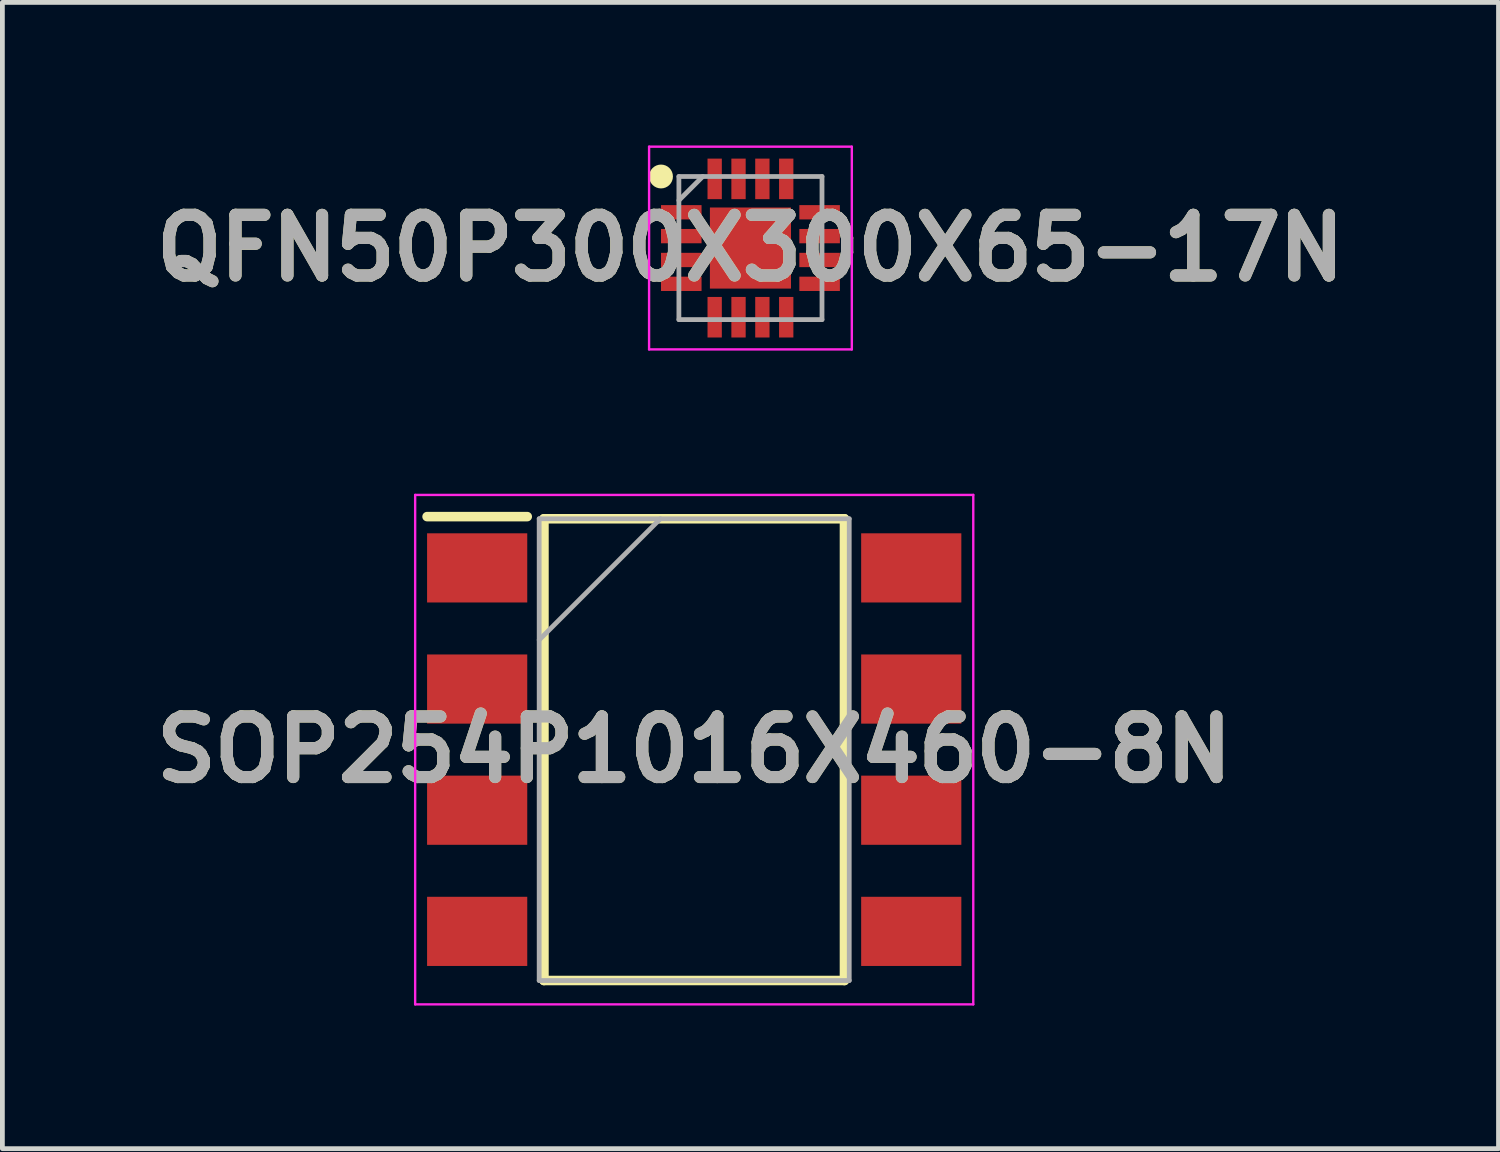
<source format=kicad_pcb>
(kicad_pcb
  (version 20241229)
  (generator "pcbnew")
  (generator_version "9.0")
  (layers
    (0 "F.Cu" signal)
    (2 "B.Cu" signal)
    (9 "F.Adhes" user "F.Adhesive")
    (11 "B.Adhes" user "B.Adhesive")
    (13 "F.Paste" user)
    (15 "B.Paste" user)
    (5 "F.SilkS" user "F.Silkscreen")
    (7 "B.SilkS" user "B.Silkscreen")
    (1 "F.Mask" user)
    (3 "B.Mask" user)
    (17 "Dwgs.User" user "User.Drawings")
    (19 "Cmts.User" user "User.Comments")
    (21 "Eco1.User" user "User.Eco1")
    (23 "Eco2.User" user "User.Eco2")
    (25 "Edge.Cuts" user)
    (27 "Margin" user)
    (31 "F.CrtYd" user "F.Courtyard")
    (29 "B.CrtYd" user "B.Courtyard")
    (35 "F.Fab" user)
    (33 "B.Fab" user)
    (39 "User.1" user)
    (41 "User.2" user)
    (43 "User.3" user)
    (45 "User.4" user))
  (footprint "QFN50P300X300X65-17N"
    (layer "F.Cu")
    (at 12.682 2.15)
    (property "Reference" "QFN50P300X300X65-17N" (at 0 0 0) (layer "F.SilkS") (effects (font (size 1.27 1.27) (thickness 0.254))))
    (attr smd)
    (fp_circle (center -1.875 -1.5) (end -1.875 -1.375) (stroke (width 0.25) (type solid)) (fill no) (layer "F.SilkS"))
    (fp_line (start -2.125 -2.125) (end 2.125 -2.125) (stroke (width 0.05) (type solid)) (layer "F.CrtYd"))
    (fp_line (start -2.125 2.125) (end -2.125 -2.125) (stroke (width 0.05) (type solid)) (layer "F.CrtYd"))
    (fp_line (start 2.125 -2.125) (end 2.125 2.125) (stroke (width 0.05) (type solid)) (layer "F.CrtYd"))
    (fp_line (start 2.125 2.125) (end -2.125 2.125) (stroke (width 0.05) (type solid)) (layer "F.CrtYd"))
    (fp_line (start -1.5 -1.5) (end 1.5 -1.5) (stroke (width 0.1) (type solid)) (layer "F.Fab"))
    (fp_line (start -1.5 -1) (end -1 -1.5) (stroke (width 0.1) (type solid)) (layer "F.Fab"))
    (fp_line (start -1.5 1.5) (end -1.5 -1.5) (stroke (width 0.1) (type solid)) (layer "F.Fab"))
    (fp_line (start 1.5 -1.5) (end 1.5 1.5) (stroke (width 0.1) (type solid)) (layer "F.Fab"))
    (fp_line (start 1.5 1.5) (end -1.5 1.5) (stroke (width 0.1) (type solid)) (layer "F.Fab"))
    (fp_text user "${REFERENCE}" (at 0 0 0) (layer "F.Fab") (effects (font (size 1.27 1.27) (thickness 0.254))))
    (pad "1" smd rect (at -1.45 -0.75 90) (size 0.3 0.85) (layers "F.Cu" "F.Mask" "F.Paste"))
    (pad "2" smd rect (at -1.45 -0.25 90) (size 0.3 0.85) (layers "F.Cu" "F.Mask" "F.Paste"))
    (pad "3" smd rect (at -1.45 0.25 90) (size 0.3 0.85) (layers "F.Cu" "F.Mask" "F.Paste"))
    (pad "4" smd rect (at -1.45 0.75 90) (size 0.3 0.85) (layers "F.Cu" "F.Mask" "F.Paste"))
    (pad "5" smd rect (at -0.75 1.45) (size 0.3 0.85) (layers "F.Cu" "F.Mask" "F.Paste"))
    (pad "6" smd rect (at -0.25 1.45) (size 0.3 0.85) (layers "F.Cu" "F.Mask" "F.Paste"))
    (pad "7" smd rect (at 0.25 1.45) (size 0.3 0.85) (layers "F.Cu" "F.Mask" "F.Paste"))
    (pad "8" smd rect (at 0.75 1.45) (size 0.3 0.85) (layers "F.Cu" "F.Mask" "F.Paste"))
    (pad "9" smd rect (at 1.45 0.75 90) (size 0.3 0.85) (layers "F.Cu" "F.Mask" "F.Paste"))
    (pad "10" smd rect (at 1.45 0.25 90) (size 0.3 0.85) (layers "F.Cu" "F.Mask" "F.Paste"))
    (pad "11" smd rect (at 1.45 -0.25 90) (size 0.3 0.85) (layers "F.Cu" "F.Mask" "F.Paste"))
    (pad "12" smd rect (at 1.45 -0.75 90) (size 0.3 0.85) (layers "F.Cu" "F.Mask" "F.Paste"))
    (pad "13" smd rect (at 0.75 -1.45) (size 0.3 0.85) (layers "F.Cu" "F.Mask" "F.Paste"))
    (pad "14" smd rect (at 0.25 -1.45) (size 0.3 0.85) (layers "F.Cu" "F.Mask" "F.Paste"))
    (pad "15" smd rect (at -0.25 -1.45) (size 0.3 0.85) (layers "F.Cu" "F.Mask" "F.Paste"))
    (pad "16" smd rect (at -0.75 -1.45) (size 0.3 0.85) (layers "F.Cu" "F.Mask" "F.Paste"))
    (pad "17" smd rect (at 0 0) (size 1.7 1.7) (layers "F.Cu" "F.Mask" "F.Paste")))
  (footprint "SOP254P1016X460-8N"
    (layer "F.Cu")
    (at 11.503 12.665)
    (property "Reference" "SOP254P1016X460-8N" (at 0 0 0) (layer "F.SilkS") (effects (font (size 1.27 1.27) (thickness 0.254))))
    (attr smd)
    (fp_line (start -5.6 -4.885) (end -3.5 -4.885) (stroke (width 0.2) (type solid)) (layer "F.SilkS"))
    (fp_line (start -3.15 -4.84) (end 3.15 -4.84) (stroke (width 0.2) (type solid)) (layer "F.SilkS"))
    (fp_line (start -3.15 4.84) (end -3.15 -4.84) (stroke (width 0.2) (type solid)) (layer "F.SilkS"))
    (fp_line (start 3.15 -4.84) (end 3.15 4.84) (stroke (width 0.2) (type solid)) (layer "F.SilkS"))
    (fp_line (start 3.15 4.84) (end -3.15 4.84) (stroke (width 0.2) (type solid)) (layer "F.SilkS"))
    (fp_line (start -5.85 -5.34) (end 5.85 -5.34) (stroke (width 0.05) (type solid)) (layer "F.CrtYd"))
    (fp_line (start -5.85 5.34) (end -5.85 -5.34) (stroke (width 0.05) (type solid)) (layer "F.CrtYd"))
    (fp_line (start 5.85 -5.34) (end 5.85 5.34) (stroke (width 0.05) (type solid)) (layer "F.CrtYd"))
    (fp_line (start 5.85 5.34) (end -5.85 5.34) (stroke (width 0.05) (type solid)) (layer "F.CrtYd"))
    (fp_line (start -3.25 -4.84) (end 3.25 -4.84) (stroke (width 0.1) (type solid)) (layer "F.Fab"))
    (fp_line (start -3.25 -2.3) (end -0.71 -4.84) (stroke (width 0.1) (type solid)) (layer "F.Fab"))
    (fp_line (start -3.25 4.84) (end -3.25 -4.84) (stroke (width 0.1) (type solid)) (layer "F.Fab"))
    (fp_line (start 3.25 -4.84) (end 3.25 4.84) (stroke (width 0.1) (type solid)) (layer "F.Fab"))
    (fp_line (start 3.25 4.84) (end -3.25 4.84) (stroke (width 0.1) (type solid)) (layer "F.Fab"))
    (fp_text user "${REFERENCE}" (at 0 0 0) (layer "F.Fab") (effects (font (size 1.27 1.27) (thickness 0.254))))
    (pad "1" smd rect (at -4.55 -3.81 90) (size 1.45 2.1) (layers "F.Cu" "F.Mask" "F.Paste"))
    (pad "2" smd rect (at -4.55 -1.27 90) (size 1.45 2.1) (layers "F.Cu" "F.Mask" "F.Paste"))
    (pad "3" smd rect (at -4.55 1.27 90) (size 1.45 2.1) (layers "F.Cu" "F.Mask" "F.Paste"))
    (pad "4" smd rect (at -4.55 3.81 90) (size 1.45 2.1) (layers "F.Cu" "F.Mask" "F.Paste"))
    (pad "5" smd rect (at 4.55 3.81 90) (size 1.45 2.1) (layers "F.Cu" "F.Mask" "F.Paste"))
    (pad "6" smd rect (at 4.55 1.27 90) (size 1.45 2.1) (layers "F.Cu" "F.Mask" "F.Paste"))
    (pad "7" smd rect (at 4.55 -1.27 90) (size 1.45 2.1) (layers "F.Cu" "F.Mask" "F.Paste"))
    (pad "8" smd rect (at 4.55 -3.81 90) (size 1.45 2.1) (layers "F.Cu" "F.Mask" "F.Paste")))
  (gr_rect
    (start -3 -3)
    (end 28.364 21.03)
    (stroke (width 0.1) (type default))
    (fill no)
    (layer "Edge.Cuts")))
</source>
